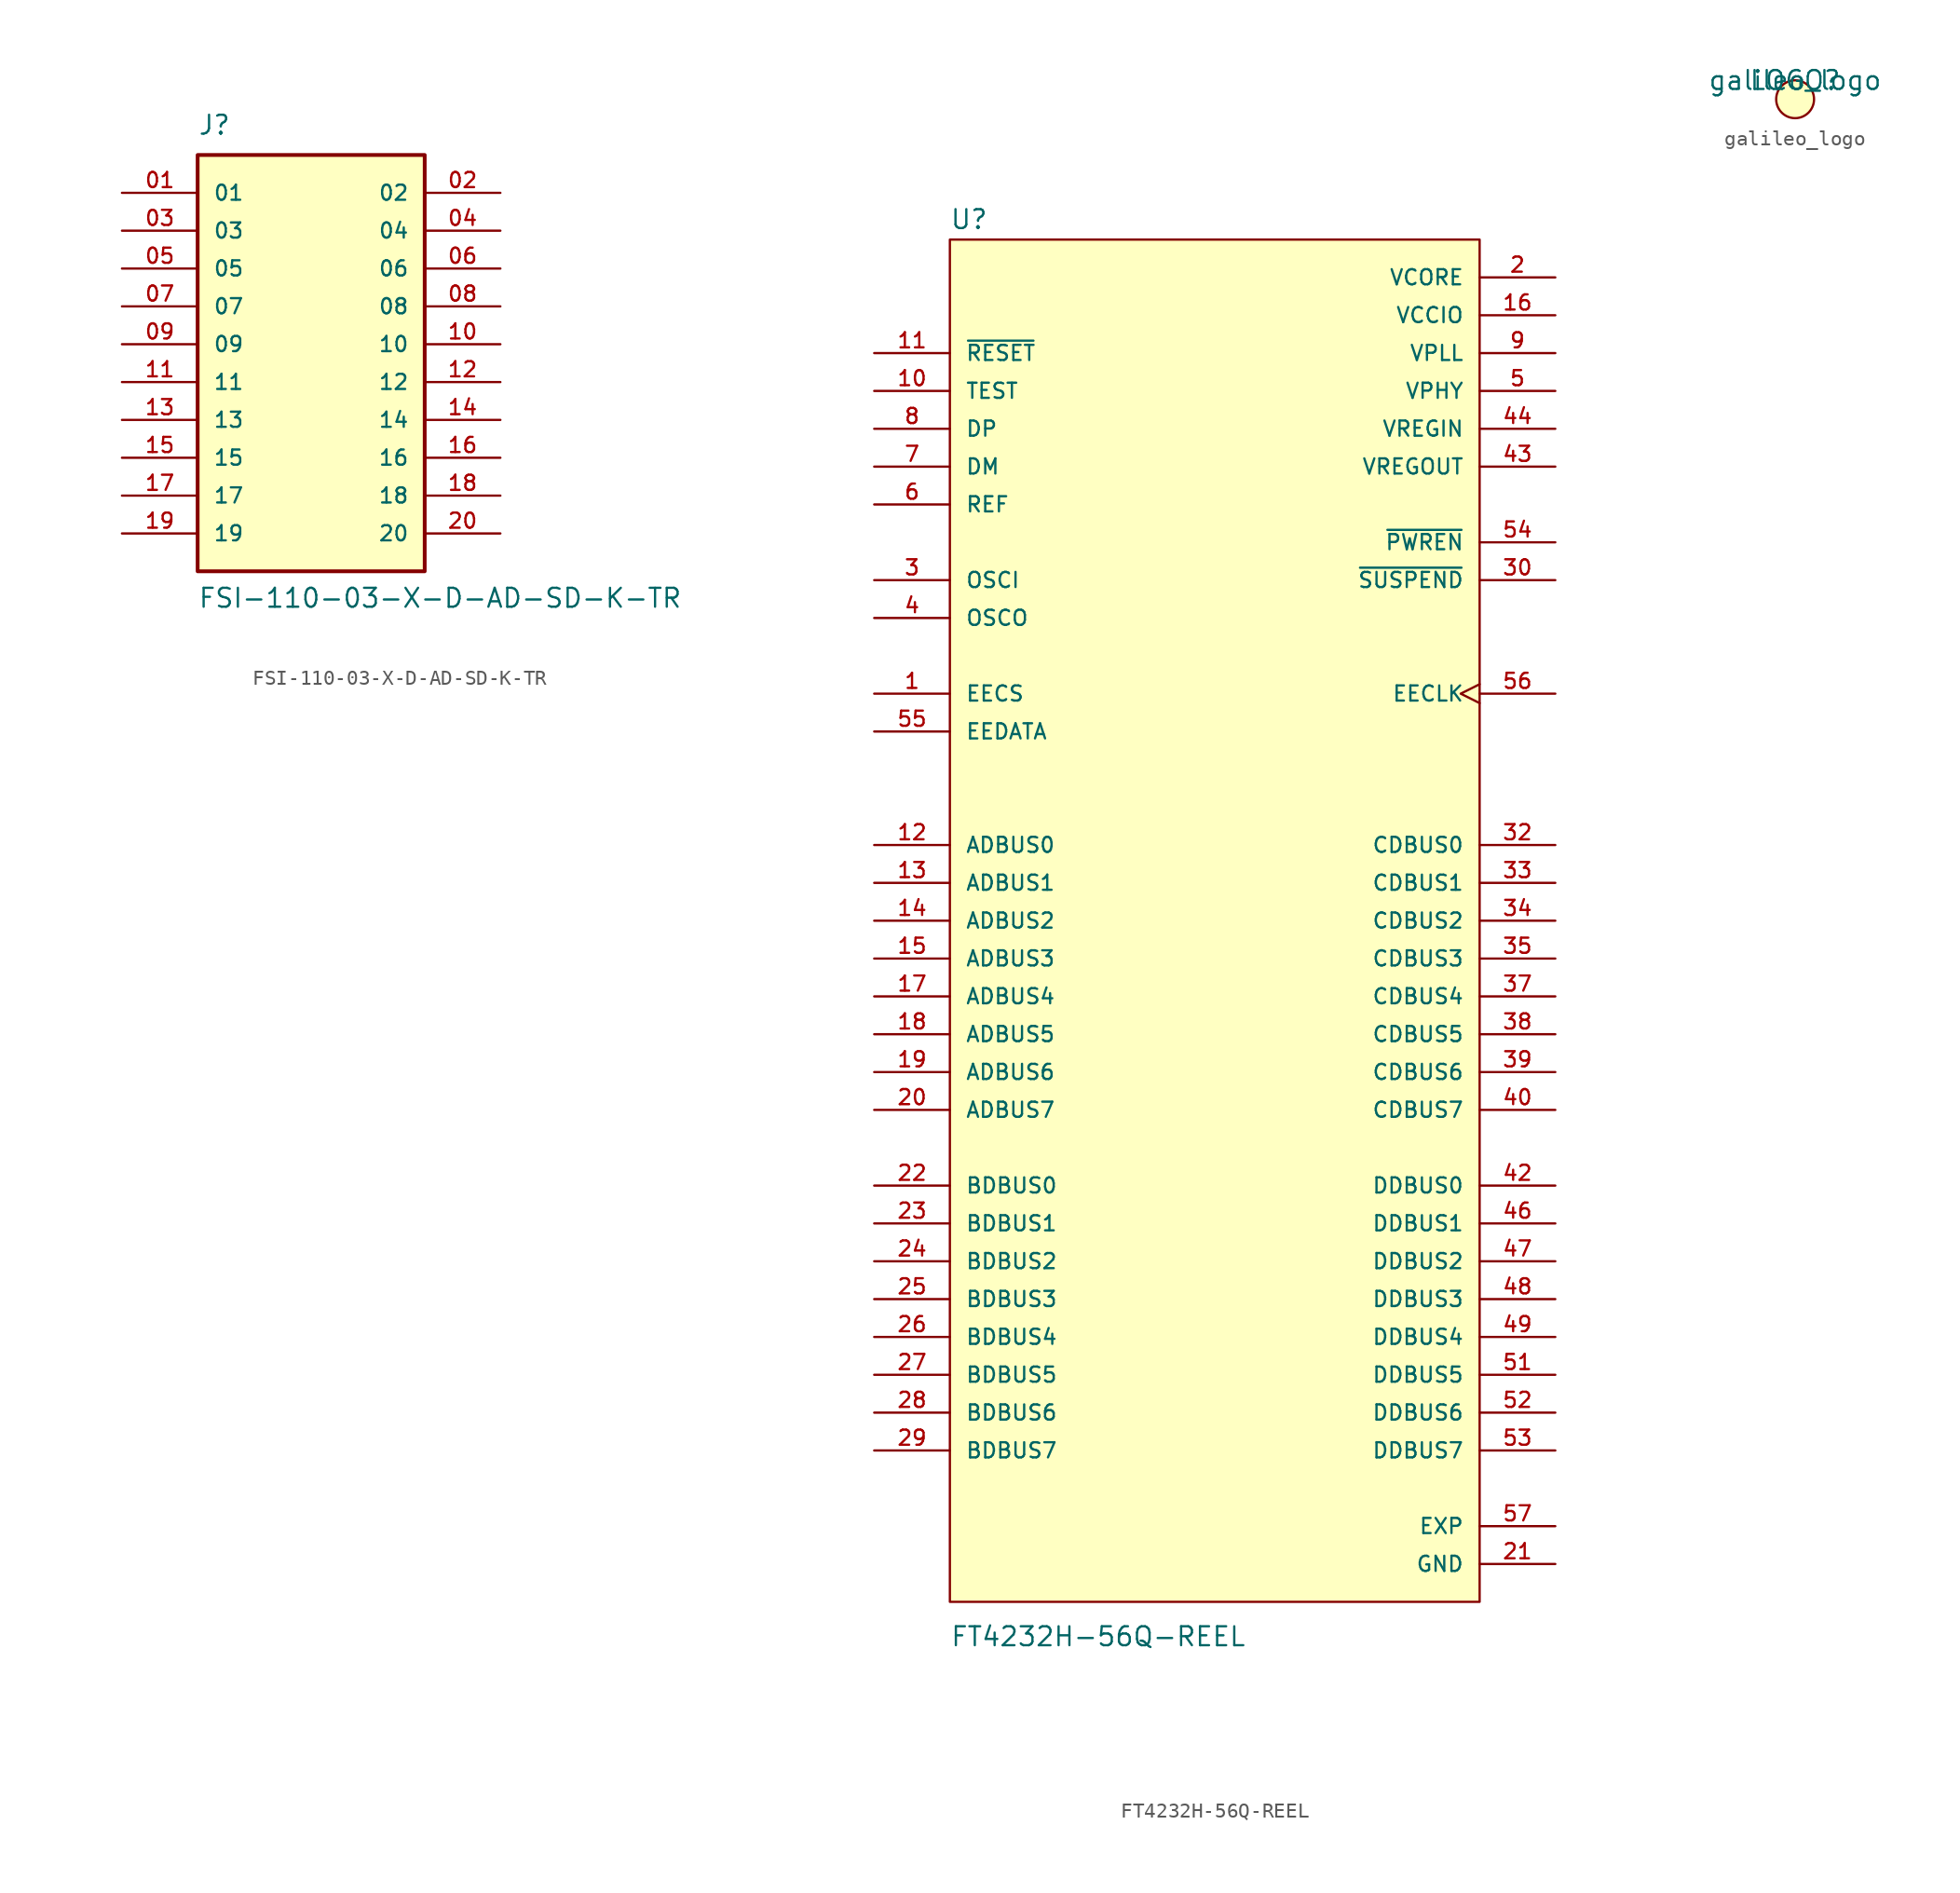
<source format=kicad_sym>
(kicad_symbol_lib
  (version 20211014)
  (generator kicad_symbol_editor)
  (symbol "FSI-110-03-X-D-AD-SD-K-TR"
    (pin_names
      (offset 1.016))
    (property "Reference" "J"
      (at -7.62 16.51 0)
      (effects (font (size 1.27 1.27)) (justify left bottom)))
    (property "Value" "FSI-110-03-X-D-AD-SD-K-TR"
      (at -7.62 -15.24 0)
      (effects (font (size 1.27 1.27)) (justify left bottom)))
    (property "ki_locked" ""
      (at 0 0 0)
      (effects (font (size 1.27 1.27))))
    (symbol "FSI-110-03-X-D-AD-SD-K-TR_0_0"
      (pin passive line (at -12.7 12.7 0) (length 5.08) (name "01" (effects (font (size 1.016 1.016)))) (number "01" (effects (font (size 1.016 1.016)))))
      (pin passive line (at 12.7 12.7 180) (length 5.08) (name "02" (effects (font (size 1.016 1.016)))) (number "02" (effects (font (size 1.016 1.016)))))
      (pin passive line (at -12.7 10.16 0) (length 5.08) (name "03" (effects (font (size 1.016 1.016)))) (number "03" (effects (font (size 1.016 1.016)))))
      (pin passive line (at 12.7 10.16 180) (length 5.08) (name "04" (effects (font (size 1.016 1.016)))) (number "04" (effects (font (size 1.016 1.016)))))
      (pin passive line (at -12.7 7.62 0) (length 5.08) (name "05" (effects (font (size 1.016 1.016)))) (number "05" (effects (font (size 1.016 1.016)))))
      (pin passive line (at 12.7 7.62 180) (length 5.08) (name "06" (effects (font (size 1.016 1.016)))) (number "06" (effects (font (size 1.016 1.016)))))
      (pin passive line (at -12.7 5.08 0) (length 5.08) (name "07" (effects (font (size 1.016 1.016)))) (number "07" (effects (font (size 1.016 1.016)))))
      (pin passive line (at 12.7 5.08 180) (length 5.08) (name "08" (effects (font (size 1.016 1.016)))) (number "08" (effects (font (size 1.016 1.016)))))
      (pin passive line (at -12.7 2.54 0) (length 5.08) (name "09" (effects (font (size 1.016 1.016)))) (number "09" (effects (font (size 1.016 1.016)))))
      (pin passive line (at 12.7 2.54 180) (length 5.08) (name "10" (effects (font (size 1.016 1.016)))) (number "10" (effects (font (size 1.016 1.016)))))
      (pin passive line (at -12.7 0 0) (length 5.08) (name "11" (effects (font (size 1.016 1.016)))) (number "11" (effects (font (size 1.016 1.016)))))
      (pin passive line (at 12.7 0 180) (length 5.08) (name "12" (effects (font (size 1.016 1.016)))) (number "12" (effects (font (size 1.016 1.016)))))
      (pin passive line (at -12.7 -2.54 0) (length 5.08) (name "13" (effects (font (size 1.016 1.016)))) (number "13" (effects (font (size 1.016 1.016)))))
      (pin passive line (at 12.7 -2.54 180) (length 5.08) (name "14" (effects (font (size 1.016 1.016)))) (number "14" (effects (font (size 1.016 1.016)))))
      (pin passive line (at -12.7 -5.08 0) (length 5.08) (name "15" (effects (font (size 1.016 1.016)))) (number "15" (effects (font (size 1.016 1.016)))))
      (pin passive line (at 12.7 -5.08 180) (length 5.08) (name "16" (effects (font (size 1.016 1.016)))) (number "16" (effects (font (size 1.016 1.016)))))
      (pin passive line (at -12.7 -7.62 0) (length 5.08) (name "17" (effects (font (size 1.016 1.016)))) (number "17" (effects (font (size 1.016 1.016)))))
      (pin passive line (at 12.7 -7.62 180) (length 5.08) (name "18" (effects (font (size 1.016 1.016)))) (number "18" (effects (font (size 1.016 1.016)))))
      (pin passive line (at -12.7 -10.16 0) (length 5.08) (name "19" (effects (font (size 1.016 1.016)))) (number "19" (effects (font (size 1.016 1.016)))))
      (pin passive line (at 12.7 -10.16 180) (length 5.08) (name "20" (effects (font (size 1.016 1.016)))) (number "20" (effects (font (size 1.016 1.016))))))
    (symbol "FSI-110-03-X-D-AD-SD-K-TR_1_1"
      (rectangle (start -7.62 15.24) (end 7.62 -12.7) (stroke (width 0.254) (type default) (color 0 0 0 0)) (fill (type background)))))
  (symbol "FT4232H-56Q-REEL"
    (pin_names
      (offset 1.016))
    (property "Reference" "U"
      (at -17.805 51.41 0)
      (effects (font (size 1.27 1.27)) (justify left bottom)))
    (property "Value" "FT4232H-56Q-REEL"
      (at -17.78 -43.713 0)
      (effects (font (size 1.27 1.27)) (justify left bottom)))
    (property "ki_locked" ""
      (at 0 0 0)
      (effects (font (size 1.27 1.27))))
    (symbol "FT4232H-56Q-REEL_0_0"
      (pin bidirectional line (at -22.86 20.32 0) (length 5.08) (name "EECS" (effects (font (size 1.016 1.016)))) (number "1" (effects (font (size 1.016 1.016)))))
      (pin input line (at -22.86 40.64 0) (length 5.08) (name "TEST" (effects (font (size 1.016 1.016)))) (number "10" (effects (font (size 1.016 1.016)))))
      (pin input line (at -22.86 43.18 0) (length 5.08) (name "~{RESET}" (effects (font (size 1.016 1.016)))) (number "11" (effects (font (size 1.016 1.016)))))
      (pin bidirectional line (at -22.86 10.16 0) (length 5.08) (name "ADBUS0" (effects (font (size 1.016 1.016)))) (number "12" (effects (font (size 1.016 1.016)))))
      (pin bidirectional line (at -22.86 7.62 0) (length 5.08) (name "ADBUS1" (effects (font (size 1.016 1.016)))) (number "13" (effects (font (size 1.016 1.016)))))
      (pin bidirectional line (at -22.86 5.08 0) (length 5.08) (name "ADBUS2" (effects (font (size 1.016 1.016)))) (number "14" (effects (font (size 1.016 1.016)))))
      (pin bidirectional line (at -22.86 2.54 0) (length 5.08) (name "ADBUS3" (effects (font (size 1.016 1.016)))) (number "15" (effects (font (size 1.016 1.016)))))
      (pin power_in line (at 22.86 45.72 180) (length 5.08) (name "VCCIO" (effects (font (size 1.016 1.016)))) (number "16" (effects (font (size 1.016 1.016)))))
      (pin bidirectional line (at -22.86 0 0) (length 5.08) (name "ADBUS4" (effects (font (size 1.016 1.016)))) (number "17" (effects (font (size 1.016 1.016)))))
      (pin bidirectional line (at -22.86 -2.54 0) (length 5.08) (name "ADBUS5" (effects (font (size 1.016 1.016)))) (number "18" (effects (font (size 1.016 1.016)))))
      (pin bidirectional line (at -22.86 -5.08 0) (length 5.08) (name "ADBUS6" (effects (font (size 1.016 1.016)))) (number "19" (effects (font (size 1.016 1.016)))))
      (pin power_in line (at 22.86 48.26 180) (length 5.08) (name "VCORE" (effects (font (size 1.016 1.016)))) (number "2" (effects (font (size 1.016 1.016)))))
      (pin bidirectional line (at -22.86 -7.62 0) (length 5.08) (name "ADBUS7" (effects (font (size 1.016 1.016)))) (number "20" (effects (font (size 1.016 1.016)))))
      (pin power_in line (at 22.86 -38.1 180) (length 5.08) (name "GND" (effects (font (size 1.016 1.016)))) (number "21" (effects (font (size 1.016 1.016)))))
      (pin bidirectional line (at -22.86 -12.7 0) (length 5.08) (name "BDBUS0" (effects (font (size 1.016 1.016)))) (number "22" (effects (font (size 1.016 1.016)))))
      (pin bidirectional line (at -22.86 -15.24 0) (length 5.08) (name "BDBUS1" (effects (font (size 1.016 1.016)))) (number "23" (effects (font (size 1.016 1.016)))))
      (pin bidirectional line (at -22.86 -17.78 0) (length 5.08) (name "BDBUS2" (effects (font (size 1.016 1.016)))) (number "24" (effects (font (size 1.016 1.016)))))
      (pin bidirectional line (at -22.86 -20.32 0) (length 5.08) (name "BDBUS3" (effects (font (size 1.016 1.016)))) (number "25" (effects (font (size 1.016 1.016)))))
      (pin bidirectional line (at -22.86 -22.86 0) (length 5.08) (name "BDBUS4" (effects (font (size 1.016 1.016)))) (number "26" (effects (font (size 1.016 1.016)))))
      (pin bidirectional line (at -22.86 -25.4 0) (length 5.08) (name "BDBUS5" (effects (font (size 1.016 1.016)))) (number "27" (effects (font (size 1.016 1.016)))))
      (pin bidirectional line (at -22.86 -27.94 0) (length 5.08) (name "BDBUS6" (effects (font (size 1.016 1.016)))) (number "28" (effects (font (size 1.016 1.016)))))
      (pin bidirectional line (at -22.86 -30.48 0) (length 5.08) (name "BDBUS7" (effects (font (size 1.016 1.016)))) (number "29" (effects (font (size 1.016 1.016)))))
      (pin input line (at -22.86 27.94 0) (length 5.08) (name "OSCI" (effects (font (size 1.016 1.016)))) (number "3" (effects (font (size 1.016 1.016)))))
      (pin output line (at 22.86 27.94 180) (length 5.08) (name "~{SUSPEND}" (effects (font (size 1.016 1.016)))) (number "30" (effects (font (size 1.016 1.016)))))
      (pin passive line (at 22.86 48.26 180) (length 5.08) hide (name "VCORE" (effects (font (size 1.016 1.016)))) (number "31" (effects (font (size 1.016 1.016)))))
      (pin bidirectional line (at 22.86 10.16 180) (length 5.08) (name "CDBUS0" (effects (font (size 1.016 1.016)))) (number "32" (effects (font (size 1.016 1.016)))))
      (pin bidirectional line (at 22.86 7.62 180) (length 5.08) (name "CDBUS1" (effects (font (size 1.016 1.016)))) (number "33" (effects (font (size 1.016 1.016)))))
      (pin bidirectional line (at 22.86 5.08 180) (length 5.08) (name "CDBUS2" (effects (font (size 1.016 1.016)))) (number "34" (effects (font (size 1.016 1.016)))))
      (pin bidirectional line (at 22.86 2.54 180) (length 5.08) (name "CDBUS3" (effects (font (size 1.016 1.016)))) (number "35" (effects (font (size 1.016 1.016)))))
      (pin passive line (at 22.86 45.72 180) (length 5.08) hide (name "VCCIO" (effects (font (size 1.016 1.016)))) (number "36" (effects (font (size 1.016 1.016)))))
      (pin bidirectional line (at 22.86 0 180) (length 5.08) (name "CDBUS4" (effects (font (size 1.016 1.016)))) (number "37" (effects (font (size 1.016 1.016)))))
      (pin bidirectional line (at 22.86 -2.54 180) (length 5.08) (name "CDBUS5" (effects (font (size 1.016 1.016)))) (number "38" (effects (font (size 1.016 1.016)))))
      (pin bidirectional line (at 22.86 -5.08 180) (length 5.08) (name "CDBUS6" (effects (font (size 1.016 1.016)))) (number "39" (effects (font (size 1.016 1.016)))))
      (pin output line (at -22.86 25.4 0) (length 5.08) (name "OSCO" (effects (font (size 1.016 1.016)))) (number "4" (effects (font (size 1.016 1.016)))))
      (pin bidirectional line (at 22.86 -7.62 180) (length 5.08) (name "CDBUS7" (effects (font (size 1.016 1.016)))) (number "40" (effects (font (size 1.016 1.016)))))
      (pin passive line (at 22.86 -38.1 180) (length 5.08) hide (name "GND" (effects (font (size 1.016 1.016)))) (number "41" (effects (font (size 1.016 1.016)))))
      (pin bidirectional line (at 22.86 -12.7 180) (length 5.08) (name "DDBUS0" (effects (font (size 1.016 1.016)))) (number "42" (effects (font (size 1.016 1.016)))))
      (pin power_in line (at 22.86 35.56 180) (length 5.08) (name "VREGOUT" (effects (font (size 1.016 1.016)))) (number "43" (effects (font (size 1.016 1.016)))))
      (pin power_in line (at 22.86 38.1 180) (length 5.08) (name "VREGIN" (effects (font (size 1.016 1.016)))) (number "44" (effects (font (size 1.016 1.016)))))
      (pin passive line (at 22.86 -38.1 180) (length 5.08) hide (name "GND" (effects (font (size 1.016 1.016)))) (number "45" (effects (font (size 1.016 1.016)))))
      (pin bidirectional line (at 22.86 -15.24 180) (length 5.08) (name "DDBUS1" (effects (font (size 1.016 1.016)))) (number "46" (effects (font (size 1.016 1.016)))))
      (pin bidirectional line (at 22.86 -17.78 180) (length 5.08) (name "DDBUS2" (effects (font (size 1.016 1.016)))) (number "47" (effects (font (size 1.016 1.016)))))
      (pin bidirectional line (at 22.86 -20.32 180) (length 5.08) (name "DDBUS3" (effects (font (size 1.016 1.016)))) (number "48" (effects (font (size 1.016 1.016)))))
      (pin bidirectional line (at 22.86 -22.86 180) (length 5.08) (name "DDBUS4" (effects (font (size 1.016 1.016)))) (number "49" (effects (font (size 1.016 1.016)))))
      (pin power_in line (at 22.86 40.64 180) (length 5.08) (name "VPHY" (effects (font (size 1.016 1.016)))) (number "5" (effects (font (size 1.016 1.016)))))
      (pin passive line (at 22.86 45.72 180) (length 5.08) hide (name "VCCIO" (effects (font (size 1.016 1.016)))) (number "50" (effects (font (size 1.016 1.016)))))
      (pin bidirectional line (at 22.86 -25.4 180) (length 5.08) (name "DDBUS5" (effects (font (size 1.016 1.016)))) (number "51" (effects (font (size 1.016 1.016)))))
      (pin bidirectional line (at 22.86 -27.94 180) (length 5.08) (name "DDBUS6" (effects (font (size 1.016 1.016)))) (number "52" (effects (font (size 1.016 1.016)))))
      (pin bidirectional line (at 22.86 -30.48 180) (length 5.08) (name "DDBUS7" (effects (font (size 1.016 1.016)))) (number "53" (effects (font (size 1.016 1.016)))))
      (pin output line (at 22.86 30.48 180) (length 5.08) (name "~{PWREN}" (effects (font (size 1.016 1.016)))) (number "54" (effects (font (size 1.016 1.016)))))
      (pin bidirectional line (at -22.86 17.78 0) (length 5.08) (name "EEDATA" (effects (font (size 1.016 1.016)))) (number "55" (effects (font (size 1.016 1.016)))))
      (pin output clock (at 22.86 20.32 180) (length 5.08) (name "EECLK" (effects (font (size 1.016 1.016)))) (number "56" (effects (font (size 1.016 1.016)))))
      (pin power_in line (at 22.86 -35.56 180) (length 5.08) (name "EXP" (effects (font (size 1.016 1.016)))) (number "57" (effects (font (size 1.016 1.016)))))
      (pin input line (at -22.86 33.02 0) (length 5.08) (name "REF" (effects (font (size 1.016 1.016)))) (number "6" (effects (font (size 1.016 1.016)))))
      (pin input line (at -22.86 35.56 0) (length 5.08) (name "DM" (effects (font (size 1.016 1.016)))) (number "7" (effects (font (size 1.016 1.016)))))
      (pin input line (at -22.86 38.1 0) (length 5.08) (name "DP" (effects (font (size 1.016 1.016)))) (number "8" (effects (font (size 1.016 1.016)))))
      (pin power_in line (at 22.86 43.18 180) (length 5.08) (name "VPLL" (effects (font (size 1.016 1.016)))) (number "9" (effects (font (size 1.016 1.016))))))
    (symbol "FT4232H-56Q-REEL_1_1"
      (rectangle (start -17.78 50.8) (end 17.78 -40.64) (stroke (width 0) (type default) (color 0 0 0 0)) (fill (type background)))))
  (symbol "galileo_logo"
    (property "Reference" "LOGO"
      (at 0 0 0)
      (effects (font (size 1.27 1.27))))
    (property "Value" "galileo_logo"
      (at 0 0 0)
      (effects (font (size 1.27 1.27))))
    (symbol "galileo_logo_0_1"
      (circle (center 0 -1.27) (radius 1.27) (stroke (width 0.152) (type default) (color 0 0 0 0)) (fill (type background))))))
</source>
